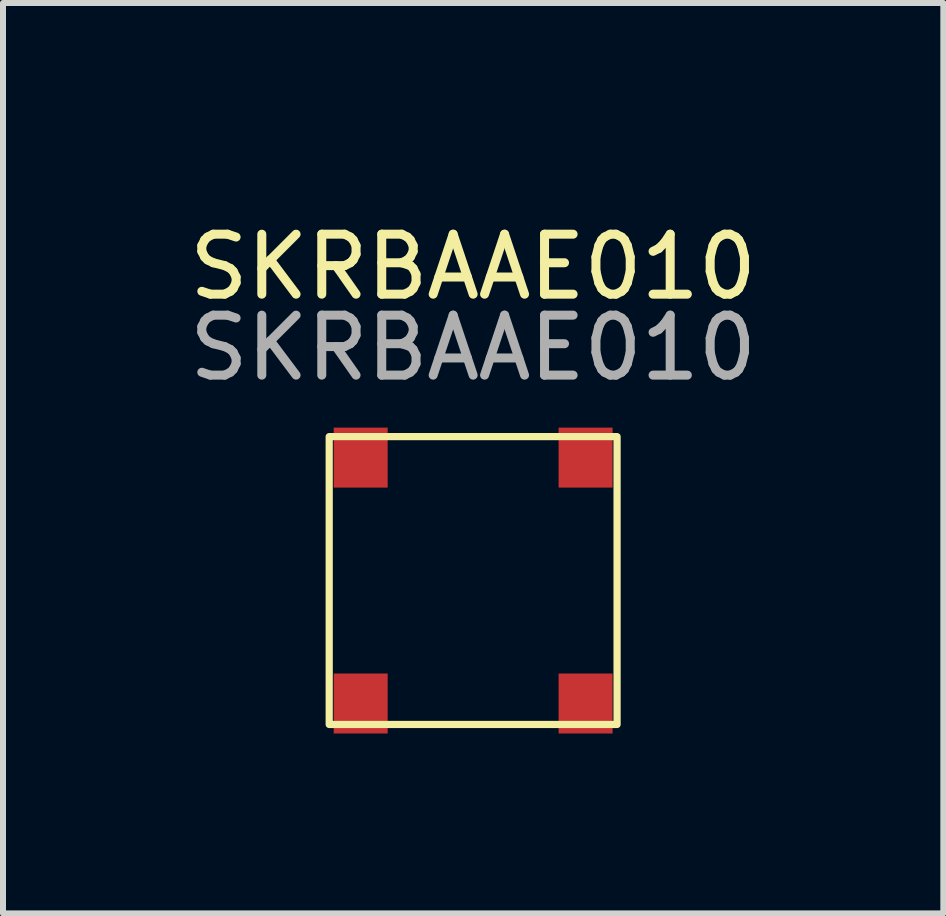
<source format=kicad_pcb>
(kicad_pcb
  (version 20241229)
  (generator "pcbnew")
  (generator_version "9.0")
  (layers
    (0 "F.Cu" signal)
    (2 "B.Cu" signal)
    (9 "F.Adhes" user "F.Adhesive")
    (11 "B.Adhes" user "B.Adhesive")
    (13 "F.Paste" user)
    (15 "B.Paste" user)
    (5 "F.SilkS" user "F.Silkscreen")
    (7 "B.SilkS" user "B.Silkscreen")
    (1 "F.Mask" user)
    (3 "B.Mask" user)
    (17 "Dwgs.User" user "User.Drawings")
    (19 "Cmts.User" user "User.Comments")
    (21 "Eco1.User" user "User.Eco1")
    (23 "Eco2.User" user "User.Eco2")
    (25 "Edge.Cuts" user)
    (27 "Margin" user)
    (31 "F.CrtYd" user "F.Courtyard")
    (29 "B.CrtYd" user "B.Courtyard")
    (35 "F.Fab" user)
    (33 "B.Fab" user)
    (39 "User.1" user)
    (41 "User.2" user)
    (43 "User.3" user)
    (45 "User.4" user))
  (footprint "SKRBAAE010"
    (layer "F.Cu")
    (at 4.839 0.25)
    (property "Reference" "SKRBAAE010" (at 0 1.15 0) (unlocked yes) (layer "F.SilkS") (effects (font (size 1 1) (thickness 0.15))))
    (fp_rect (start -2.4 3.98) (end 2.4 8.78) (stroke (width 0.12) (type solid)) (fill no) (layer "F.SilkS"))
    (fp_text user "${REFERENCE}" (at 0 2.5 0) (unlocked yes) (layer "F.Fab") (effects (font (size 1 1) (thickness 0.15))))
    (pad "1" smd rect (at -1.875 4.33 90) (size 1 0.9) (layers "F.Cu" "F.Mask" "F.Paste"))
    (pad "1" smd rect (at -1.875 8.43 90) (size 1 0.9) (layers "F.Cu" "F.Mask" "F.Paste"))
    (pad "1" smd rect (at 1.875 4.33 90) (size 1 0.9) (layers "F.Cu" "F.Mask" "F.Paste"))
    (pad "1" smd rect (at 1.875 8.43 90) (size 1 0.9) (layers "F.Cu" "F.Mask" "F.Paste")))
  (gr_rect
    (start -3 -3)
    (end 12.679 12.18)
    (stroke (width 0.1) (type default))
    (fill no)
    (layer "Edge.Cuts")))
</source>
